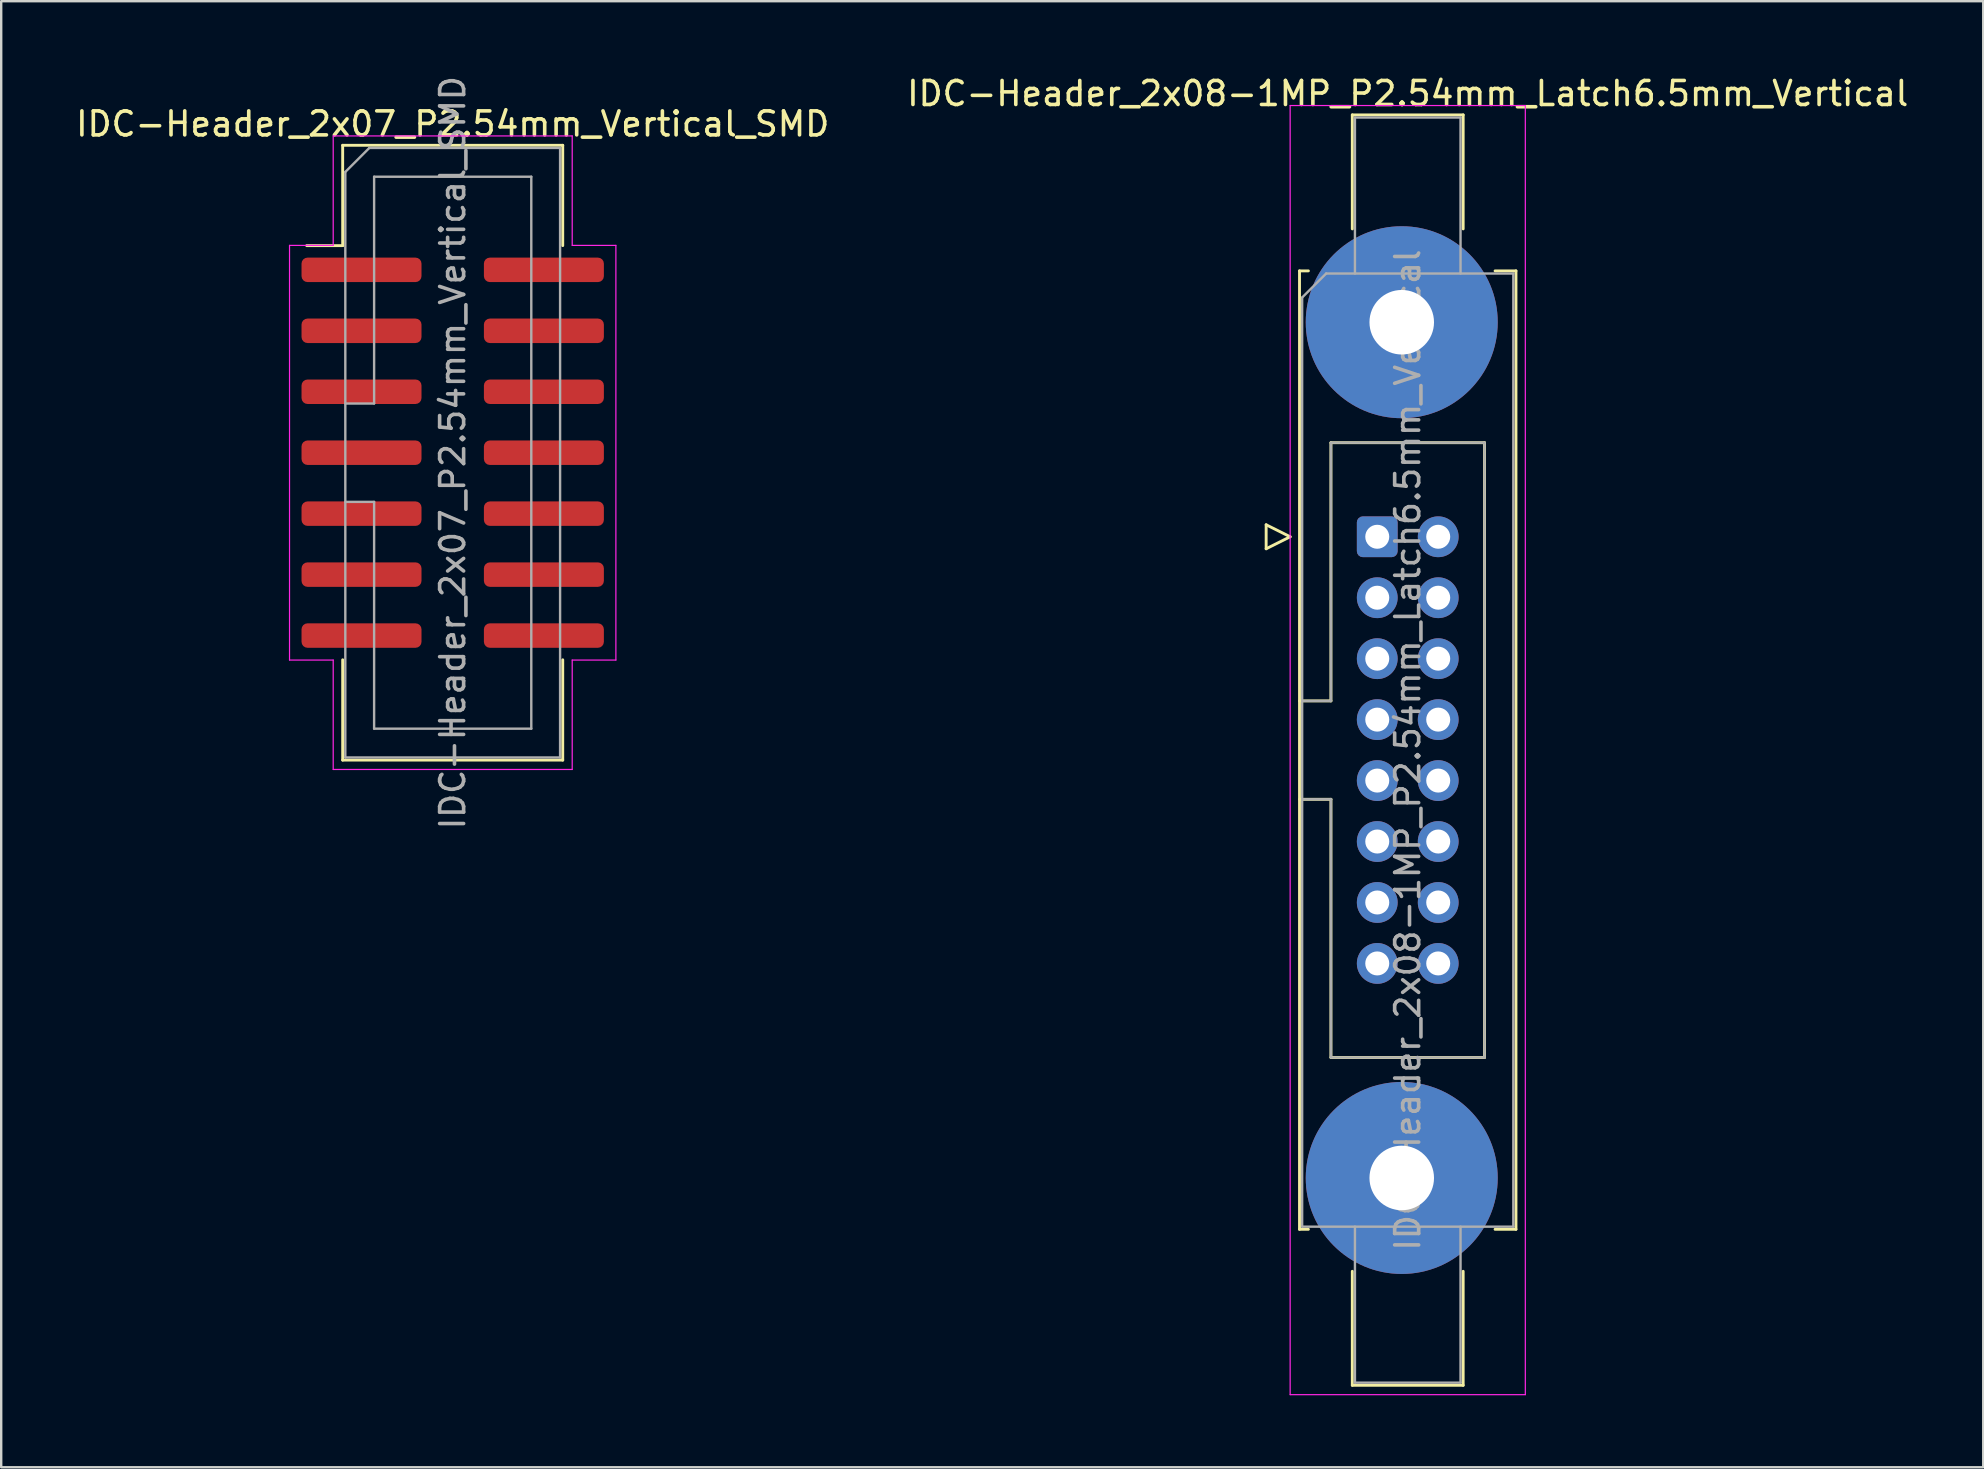
<source format=kicad_pcb>
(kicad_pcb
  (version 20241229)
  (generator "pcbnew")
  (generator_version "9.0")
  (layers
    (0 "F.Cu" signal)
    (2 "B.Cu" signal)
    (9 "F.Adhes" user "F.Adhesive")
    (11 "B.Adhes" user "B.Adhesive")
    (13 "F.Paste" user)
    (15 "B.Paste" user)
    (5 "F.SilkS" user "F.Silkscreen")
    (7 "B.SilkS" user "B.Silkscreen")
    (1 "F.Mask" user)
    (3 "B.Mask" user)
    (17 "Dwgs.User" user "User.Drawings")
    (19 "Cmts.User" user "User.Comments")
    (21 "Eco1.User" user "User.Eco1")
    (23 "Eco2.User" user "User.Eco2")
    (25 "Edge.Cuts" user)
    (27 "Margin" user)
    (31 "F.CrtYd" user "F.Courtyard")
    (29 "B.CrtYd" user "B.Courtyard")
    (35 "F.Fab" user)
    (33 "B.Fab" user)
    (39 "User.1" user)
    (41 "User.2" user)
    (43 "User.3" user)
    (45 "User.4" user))
  (footprint "IDC-Header_2x08-1MP_P2.54mm_Latch6.5mm_Vertical"
    (layer "F.Cu")
    (at 54.343 19.318)
    (property "Reference" "IDC-Header_2x08-1MP_P2.54mm_Latch6.5mm_Vertical" (at 1.27 -18.47 0) (layer "F.SilkS") (effects (font (size 1 1) (thickness 0.15))))
    (attr through_hole)
    (fp_line (start -4.63 -0.5) (end -4.63 0.5) (stroke (width 0.12) (type solid)) (layer "F.SilkS"))
    (fp_line (start -4.63 0.5) (end -3.63 0) (stroke (width 0.12) (type solid)) (layer "F.SilkS"))
    (fp_line (start -3.63 0) (end -4.63 -0.5) (stroke (width 0.12) (type solid)) (layer "F.SilkS"))
    (fp_line (start -3.24 -11.08) (end -3.24 28.86) (stroke (width 0.12) (type solid)) (layer "F.SilkS"))
    (fp_line (start -3.24 6.84) (end -1.93 6.84) (stroke (width 0.12) (type solid)) (layer "F.SilkS"))
    (fp_line (start -3.24 28.86) (end -2.87 28.86) (stroke (width 0.12) (type solid)) (layer "F.SilkS"))
    (fp_line (start -2.87 -11.08) (end -3.24 -11.08) (stroke (width 0.12) (type solid)) (layer "F.SilkS"))
    (fp_line (start -1.93 -3.92) (end 4.47 -3.92) (stroke (width 0.12) (type solid)) (layer "F.SilkS"))
    (fp_line (start -1.93 6.84) (end -1.93 -3.92) (stroke (width 0.12) (type solid)) (layer "F.SilkS"))
    (fp_line (start -1.93 10.94) (end -3.24 10.94) (stroke (width 0.12) (type solid)) (layer "F.SilkS"))
    (fp_line (start -1.93 21.7) (end -1.93 10.94) (stroke (width 0.12) (type solid)) (layer "F.SilkS"))
    (fp_line (start -1.04 -17.58) (end 3.58 -17.58) (stroke (width 0.12) (type solid)) (layer "F.SilkS"))
    (fp_line (start -1.04 -12.83) (end -1.04 -17.58) (stroke (width 0.12) (type solid)) (layer "F.SilkS"))
    (fp_line (start -1.04 30.61) (end -1.04 35.36) (stroke (width 0.12) (type solid)) (layer "F.SilkS"))
    (fp_line (start -1.04 35.36) (end 3.58 35.36) (stroke (width 0.12) (type solid)) (layer "F.SilkS"))
    (fp_line (start 3.58 -17.58) (end 3.58 -12.83) (stroke (width 0.12) (type solid)) (layer "F.SilkS"))
    (fp_line (start 3.58 35.36) (end 3.58 30.61) (stroke (width 0.12) (type solid)) (layer "F.SilkS"))
    (fp_line (start 4.47 -3.92) (end 4.47 21.7) (stroke (width 0.12) (type solid)) (layer "F.SilkS"))
    (fp_line (start 4.47 21.7) (end -1.93 21.7) (stroke (width 0.12) (type solid)) (layer "F.SilkS"))
    (fp_line (start 4.91 -11.08) (end 5.78 -11.08) (stroke (width 0.12) (type solid)) (layer "F.SilkS"))
    (fp_line (start 5.78 -11.08) (end 5.78 28.86) (stroke (width 0.12) (type solid)) (layer "F.SilkS"))
    (fp_line (start 5.78 28.86) (end 4.91 28.86) (stroke (width 0.12) (type solid)) (layer "F.SilkS"))
    (fp_line (start -3.63 -17.97) (end -3.63 35.75) (stroke (width 0.05) (type solid)) (layer "F.CrtYd"))
    (fp_line (start -3.63 35.75) (end 6.17 35.75) (stroke (width 0.05) (type solid)) (layer "F.CrtYd"))
    (fp_line (start 6.17 -17.97) (end -3.63 -17.97) (stroke (width 0.05) (type solid)) (layer "F.CrtYd"))
    (fp_line (start 6.17 35.75) (end 6.17 -17.97) (stroke (width 0.05) (type solid)) (layer "F.CrtYd"))
    (fp_line (start -3.13 -9.97) (end -2.13 -10.97) (stroke (width 0.1) (type solid)) (layer "F.Fab"))
    (fp_line (start -3.13 6.84) (end -1.93 6.84) (stroke (width 0.1) (type solid)) (layer "F.Fab"))
    (fp_line (start -3.13 28.75) (end -3.13 -9.97) (stroke (width 0.1) (type solid)) (layer "F.Fab"))
    (fp_line (start -2.13 -10.97) (end 5.67 -10.97) (stroke (width 0.1) (type solid)) (layer "F.Fab"))
    (fp_line (start -1.93 -3.92) (end 4.47 -3.92) (stroke (width 0.1) (type solid)) (layer "F.Fab"))
    (fp_line (start -1.93 6.84) (end -1.93 -3.92) (stroke (width 0.1) (type solid)) (layer "F.Fab"))
    (fp_line (start -1.93 10.94) (end -3.13 10.94) (stroke (width 0.1) (type solid)) (layer "F.Fab"))
    (fp_line (start -1.93 21.7) (end -1.93 10.94) (stroke (width 0.1) (type solid)) (layer "F.Fab"))
    (fp_line (start -0.93 -17.47) (end 3.47 -17.47) (stroke (width 0.1) (type solid)) (layer "F.Fab"))
    (fp_line (start -0.93 -10.97) (end -0.93 -17.47) (stroke (width 0.1) (type solid)) (layer "F.Fab"))
    (fp_line (start -0.93 28.75) (end -0.93 35.25) (stroke (width 0.1) (type solid)) (layer "F.Fab"))
    (fp_line (start -0.93 35.25) (end 3.47 35.25) (stroke (width 0.1) (type solid)) (layer "F.Fab"))
    (fp_line (start 3.47 -17.47) (end 3.47 -10.97) (stroke (width 0.1) (type solid)) (layer "F.Fab"))
    (fp_line (start 3.47 35.25) (end 3.47 28.75) (stroke (width 0.1) (type solid)) (layer "F.Fab"))
    (fp_line (start 4.47 -3.92) (end 4.47 21.7) (stroke (width 0.1) (type solid)) (layer "F.Fab"))
    (fp_line (start 4.47 21.7) (end -1.93 21.7) (stroke (width 0.1) (type solid)) (layer "F.Fab"))
    (fp_line (start 5.67 -10.97) (end 5.67 28.75) (stroke (width 0.1) (type solid)) (layer "F.Fab"))
    (fp_line (start 5.67 28.75) (end -3.13 28.75) (stroke (width 0.1) (type solid)) (layer "F.Fab"))
    (fp_text user "${REFERENCE}" (at 1.27 8.89 90) (layer "F.Fab") (effects (font (size 1 1) (thickness 0.15))))
    (pad "1" thru_hole roundrect (at 0 0) (size 1.7 1.7) (drill 1) (layers "*.Cu" "*.Mask") (roundrect_rratio 0.147))
    (pad "2" thru_hole circle (at 2.54 0) (size 1.7 1.7) (drill 1) (layers "*.Cu" "*.Mask"))
    (pad "3" thru_hole circle (at 0 2.54) (size 1.7 1.7) (drill 1) (layers "*.Cu" "*.Mask"))
    (pad "4" thru_hole circle (at 2.54 2.54) (size 1.7 1.7) (drill 1) (layers "*.Cu" "*.Mask"))
    (pad "5" thru_hole circle (at 0 5.08) (size 1.7 1.7) (drill 1) (layers "*.Cu" "*.Mask"))
    (pad "6" thru_hole circle (at 2.54 5.08) (size 1.7 1.7) (drill 1) (layers "*.Cu" "*.Mask"))
    (pad "7" thru_hole circle (at 0 7.62) (size 1.7 1.7) (drill 1) (layers "*.Cu" "*.Mask"))
    (pad "8" thru_hole circle (at 2.54 7.62) (size 1.7 1.7) (drill 1) (layers "*.Cu" "*.Mask"))
    (pad "9" thru_hole circle (at 0 10.16) (size 1.7 1.7) (drill 1) (layers "*.Cu" "*.Mask"))
    (pad "10" thru_hole circle (at 2.54 10.16) (size 1.7 1.7) (drill 1) (layers "*.Cu" "*.Mask"))
    (pad "11" thru_hole circle (at 0 12.7) (size 1.7 1.7) (drill 1) (layers "*.Cu" "*.Mask"))
    (pad "12" thru_hole circle (at 2.54 12.7) (size 1.7 1.7) (drill 1) (layers "*.Cu" "*.Mask"))
    (pad "13" thru_hole circle (at 0 15.24) (size 1.7 1.7) (drill 1) (layers "*.Cu" "*.Mask"))
    (pad "14" thru_hole circle (at 2.54 15.24) (size 1.7 1.7) (drill 1) (layers "*.Cu" "*.Mask"))
    (pad "15" thru_hole circle (at 0 17.78) (size 1.7 1.7) (drill 1) (layers "*.Cu" "*.Mask"))
    (pad "16" thru_hole circle (at 2.54 17.78) (size 1.7 1.7) (drill 1) (layers "*.Cu" "*.Mask"))
    (pad "MP" thru_hole circle (at 1.02 -8.94) (size 8 8) (drill 2.69) (layers "*.Cu" "*.Mask"))
    (pad "MP" thru_hole circle (at 1.02 26.72) (size 8 8) (drill 2.69) (layers "*.Cu" "*.Mask")))
  (footprint "IDC-Header_2x07_P2.54mm_Vertical_SMD"
    (layer "F.Cu")
    (at 15.815 15.815)
    (property "Reference" "IDC-Header_2x07_P2.54mm_Vertical_SMD" (at 0 -13.7 0) (layer "F.SilkS") (effects (font (size 1 1) (thickness 0.15))))
    (attr smd)
    (fp_line (start -4.585 -12.81) (end 4.585 -12.81) (stroke (width 0.12) (type solid)) (layer "F.SilkS"))
    (fp_line (start -4.585 -8.63) (end -6.085 -8.63) (stroke (width 0.12) (type solid)) (layer "F.SilkS"))
    (fp_line (start -4.585 -8.63) (end -4.585 -12.81) (stroke (width 0.12) (type solid)) (layer "F.SilkS"))
    (fp_line (start -4.585 8.63) (end -4.585 12.81) (stroke (width 0.12) (type solid)) (layer "F.SilkS"))
    (fp_line (start -4.585 12.81) (end 4.585 12.81) (stroke (width 0.12) (type solid)) (layer "F.SilkS"))
    (fp_line (start 4.585 -12.81) (end 4.585 -8.63) (stroke (width 0.12) (type solid)) (layer "F.SilkS"))
    (fp_line (start 4.585 12.81) (end 4.585 8.63) (stroke (width 0.12) (type solid)) (layer "F.SilkS"))
    (fp_line (start -6.8 -8.64) (end -6.8 8.64) (stroke (width 0.05) (type solid)) (layer "F.CrtYd"))
    (fp_line (start -6.8 8.64) (end -4.98 8.64) (stroke (width 0.05) (type solid)) (layer "F.CrtYd"))
    (fp_line (start -4.98 -13.2) (end -4.98 -8.64) (stroke (width 0.05) (type solid)) (layer "F.CrtYd"))
    (fp_line (start -4.98 -8.64) (end -6.8 -8.64) (stroke (width 0.05) (type solid)) (layer "F.CrtYd"))
    (fp_line (start -4.98 8.64) (end -4.98 13.2) (stroke (width 0.05) (type solid)) (layer "F.CrtYd"))
    (fp_line (start -4.98 13.2) (end 4.98 13.2) (stroke (width 0.05) (type solid)) (layer "F.CrtYd"))
    (fp_line (start 4.98 -13.2) (end -4.98 -13.2) (stroke (width 0.05) (type solid)) (layer "F.CrtYd"))
    (fp_line (start 4.98 -8.64) (end 4.98 -13.2) (stroke (width 0.05) (type solid)) (layer "F.CrtYd"))
    (fp_line (start 4.98 8.64) (end 6.8 8.64) (stroke (width 0.05) (type solid)) (layer "F.CrtYd"))
    (fp_line (start 4.98 13.2) (end 4.98 8.64) (stroke (width 0.05) (type solid)) (layer "F.CrtYd"))
    (fp_line (start 6.8 -8.64) (end 4.98 -8.64) (stroke (width 0.05) (type solid)) (layer "F.CrtYd"))
    (fp_line (start 6.8 8.64) (end 6.8 -8.64) (stroke (width 0.05) (type solid)) (layer "F.CrtYd"))
    (fp_line (start -4.475 -11.7) (end -3.475 -12.7) (stroke (width 0.1) (type solid)) (layer "F.Fab"))
    (fp_line (start -4.475 -2.05) (end -3.275 -2.05) (stroke (width 0.1) (type solid)) (layer "F.Fab"))
    (fp_line (start -4.475 12.7) (end -4.475 -11.7) (stroke (width 0.1) (type solid)) (layer "F.Fab"))
    (fp_line (start -3.475 -12.7) (end 4.475 -12.7) (stroke (width 0.1) (type solid)) (layer "F.Fab"))
    (fp_line (start -3.275 -11.5) (end 3.275 -11.5) (stroke (width 0.1) (type solid)) (layer "F.Fab"))
    (fp_line (start -3.275 -2.05) (end -3.275 -11.5) (stroke (width 0.1) (type solid)) (layer "F.Fab"))
    (fp_line (start -3.275 2.05) (end -4.475 2.05) (stroke (width 0.1) (type solid)) (layer "F.Fab"))
    (fp_line (start -3.275 11.5) (end -3.275 2.05) (stroke (width 0.1) (type solid)) (layer "F.Fab"))
    (fp_line (start 3.275 -11.5) (end 3.275 11.5) (stroke (width 0.1) (type solid)) (layer "F.Fab"))
    (fp_line (start 3.275 11.5) (end -3.275 11.5) (stroke (width 0.1) (type solid)) (layer "F.Fab"))
    (fp_line (start 4.475 -12.7) (end 4.475 12.7) (stroke (width 0.1) (type solid)) (layer "F.Fab"))
    (fp_line (start 4.475 12.7) (end -4.475 12.7) (stroke (width 0.1) (type solid)) (layer "F.Fab"))
    (fp_text user "${REFERENCE}" (at 0 0 90) (layer "F.Fab") (effects (font (size 1 1) (thickness 0.15))))
    (pad "1" smd roundrect (at -3.8 -7.62) (size 5 1.02) (layers "F.Cu" "F.Mask" "F.Paste") (roundrect_rratio 0.245))
    (pad "2" smd roundrect (at 3.8 -7.62) (size 5 1.02) (layers "F.Cu" "F.Mask" "F.Paste") (roundrect_rratio 0.245))
    (pad "3" smd roundrect (at -3.8 -5.08) (size 5 1.02) (layers "F.Cu" "F.Mask" "F.Paste") (roundrect_rratio 0.245))
    (pad "4" smd roundrect (at 3.8 -5.08) (size 5 1.02) (layers "F.Cu" "F.Mask" "F.Paste") (roundrect_rratio 0.245))
    (pad "5" smd roundrect (at -3.8 -2.54) (size 5 1.02) (layers "F.Cu" "F.Mask" "F.Paste") (roundrect_rratio 0.245))
    (pad "6" smd roundrect (at 3.8 -2.54) (size 5 1.02) (layers "F.Cu" "F.Mask" "F.Paste") (roundrect_rratio 0.245))
    (pad "7" smd roundrect (at -3.8 0) (size 5 1.02) (layers "F.Cu" "F.Mask" "F.Paste") (roundrect_rratio 0.245))
    (pad "8" smd roundrect (at 3.8 0) (size 5 1.02) (layers "F.Cu" "F.Mask" "F.Paste") (roundrect_rratio 0.245))
    (pad "9" smd roundrect (at -3.8 2.54) (size 5 1.02) (layers "F.Cu" "F.Mask" "F.Paste") (roundrect_rratio 0.245))
    (pad "10" smd roundrect (at 3.8 2.54) (size 5 1.02) (layers "F.Cu" "F.Mask" "F.Paste") (roundrect_rratio 0.245))
    (pad "11" smd roundrect (at -3.8 5.08) (size 5 1.02) (layers "F.Cu" "F.Mask" "F.Paste") (roundrect_rratio 0.245))
    (pad "12" smd roundrect (at 3.8 5.08) (size 5 1.02) (layers "F.Cu" "F.Mask" "F.Paste") (roundrect_rratio 0.245))
    (pad "13" smd roundrect (at -3.8 7.62) (size 5 1.02) (layers "F.Cu" "F.Mask" "F.Paste") (roundrect_rratio 0.245))
    (pad "14" smd roundrect (at 3.8 7.62) (size 5 1.02) (layers "F.Cu" "F.Mask" "F.Paste") (roundrect_rratio 0.245)))
  (gr_rect
    (start -3 -3)
    (end 79.595 58.093)
    (stroke (width 0.1) (type default))
    (fill no)
    (layer "Edge.Cuts")))
</source>
